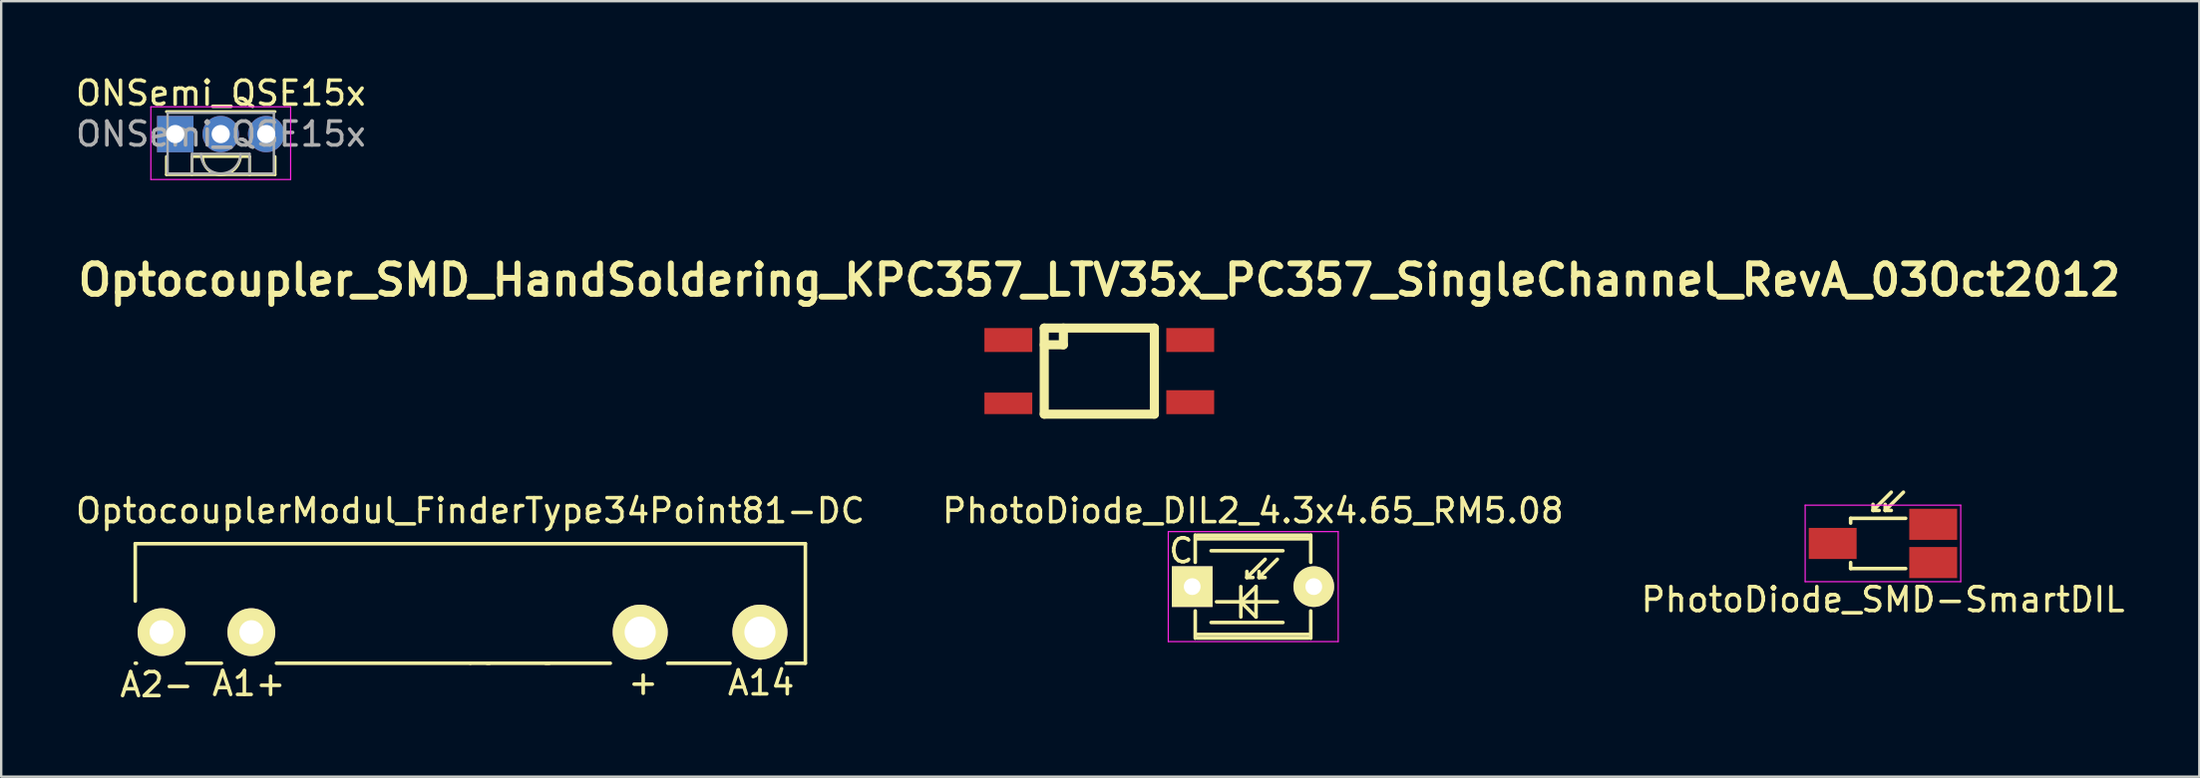
<source format=kicad_pcb>
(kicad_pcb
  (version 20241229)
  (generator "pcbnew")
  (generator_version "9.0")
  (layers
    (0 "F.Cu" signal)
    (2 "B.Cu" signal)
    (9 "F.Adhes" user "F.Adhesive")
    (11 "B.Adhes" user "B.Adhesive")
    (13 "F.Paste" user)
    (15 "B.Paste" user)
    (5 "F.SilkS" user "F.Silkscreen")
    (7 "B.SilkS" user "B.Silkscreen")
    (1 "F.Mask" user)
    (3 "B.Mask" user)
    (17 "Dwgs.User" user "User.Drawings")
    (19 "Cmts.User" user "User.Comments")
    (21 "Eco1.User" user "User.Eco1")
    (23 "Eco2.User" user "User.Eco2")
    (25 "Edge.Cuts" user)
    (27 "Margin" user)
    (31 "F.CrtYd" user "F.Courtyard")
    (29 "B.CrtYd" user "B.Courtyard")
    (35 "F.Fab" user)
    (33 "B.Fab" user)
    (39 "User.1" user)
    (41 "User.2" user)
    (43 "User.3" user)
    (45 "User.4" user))
  (footprint "PhotoDiode_SMD-SmartDIL"
    (layer "F.Cu")
    (at 75.625 19.682)
    (property "Reference" "PhotoDiode_SMD-SmartDIL" (at 0 2.35 0) (layer "F.SilkS") (effects (font (size 1 1) (thickness 0.15))))
    (attr through_hole)
    (fp_line (start -1.35 -1.05) (end -1.35 -0.85) (stroke (width 0.15) (type solid)) (layer "F.SilkS"))
    (fp_line (start -1.35 -1.05) (end 0.95 -1.05) (stroke (width 0.15) (type solid)) (layer "F.SilkS"))
    (fp_line (start -1.35 1.05) (end -1.35 0.8) (stroke (width 0.15) (type solid)) (layer "F.SilkS"))
    (fp_line (start -0.414 -1.381) (end -0.414 -1.635) (stroke (width 0.15) (type solid)) (layer "F.SilkS"))
    (fp_line (start -0.414 -1.381) (end -0.16 -1.381) (stroke (width 0.15) (type solid)) (layer "F.SilkS"))
    (fp_line (start 0.094 -1.381) (end 0.094 -1.635) (stroke (width 0.15) (type solid)) (layer "F.SilkS"))
    (fp_line (start 0.094 -1.381) (end 0.348 -1.381) (stroke (width 0.15) (type solid)) (layer "F.SilkS"))
    (fp_line (start 0.348 -2.143) (end -0.414 -1.381) (stroke (width 0.15) (type solid)) (layer "F.SilkS"))
    (fp_line (start 0.856 -2.143) (end 0.094 -1.381) (stroke (width 0.15) (type solid)) (layer "F.SilkS"))
    (fp_line (start 0.95 1.05) (end -1.35 1.05) (stroke (width 0.15) (type solid)) (layer "F.SilkS"))
    (fp_line (start -3.25 -1.6) (end 3.25 -1.6) (stroke (width 0.05) (type solid)) (layer "F.CrtYd"))
    (fp_line (start -3.25 1.6) (end -3.25 -1.6) (stroke (width 0.05) (type solid)) (layer "F.CrtYd"))
    (fp_line (start 3.25 -1.6) (end 3.25 1.6) (stroke (width 0.05) (type solid)) (layer "F.CrtYd"))
    (fp_line (start 3.25 1.6) (end -3.25 1.6) (stroke (width 0.05) (type solid)) (layer "F.CrtYd"))
    (pad "1" smd rect (at -2.1 0 180) (size 2 1.3) (layers "F.Cu" "F.Mask" "F.Paste"))
    (pad "2" smd rect (at 2.1 -0.8 180) (size 2 1.3) (layers "F.Cu" "F.Mask" "F.Paste"))
    (pad "3" smd rect (at 2.1 0.8 180) (size 2 1.3) (layers "F.Cu" "F.Mask" "F.Paste")))
  (footprint "OptocouplerModul_FinderType34Point81-DC"
    (layer "F.Cu")
    (at 16.601 23.393)
    (property "Reference" "OptocouplerModul_FinderType34Point81-DC" (at 0 -5.08 0) (layer "F.SilkS") (effects (font (size 1 1) (thickness 0.15))))
    (attr through_hole)
    (fp_line (start -14 -3.701) (end -14 -1.3) (stroke (width 0.15) (type solid)) (layer "F.SilkS"))
    (fp_line (start -14 1.3) (end -13.95 1.3) (stroke (width 0.15) (type solid)) (layer "F.SilkS"))
    (fp_line (start -11.849 1.3) (end -10.399 1.3) (stroke (width 0.15) (type solid)) (layer "F.SilkS"))
    (fp_line (start -8.1 1.3) (end 0 1.3) (stroke (width 0.15) (type solid)) (layer "F.SilkS"))
    (fp_line (start 0 1.3) (end 0.8 1.3) (stroke (width 0.15) (type solid)) (layer "F.SilkS"))
    (fp_line (start 3.15 1.3) (end 5.85 1.3) (stroke (width 0.15) (type solid)) (layer "F.SilkS"))
    (fp_line (start 3.299 1.3) (end 0.701 1.3) (stroke (width 0.15) (type solid)) (layer "F.SilkS"))
    (fp_line (start 8.25 1.3) (end 10.851 1.3) (stroke (width 0.15) (type solid)) (layer "F.SilkS"))
    (fp_line (start 13.2 1.3) (end 14 1.3) (stroke (width 0.15) (type solid)) (layer "F.SilkS"))
    (fp_line (start 14 -3.701) (end -14 -3.701) (stroke (width 0.15) (type solid)) (layer "F.SilkS"))
    (fp_line (start 14 1.3) (end 14 -3.701) (stroke (width 0.15) (type solid)) (layer "F.SilkS"))
    (fp_text user "A14" (at 12.149 2.123 0) (layer "F.SilkS") (effects (font (size 1 1) (thickness 0.15))))
    (fp_text user "A2-" (at -13.101 2.197 0) (layer "F.SilkS") (effects (font (size 1 1) (thickness 0.15))))
    (fp_text user "+" (at 7.224 2.101 0) (layer "F.SilkS") (effects (font (size 1 1) (thickness 0.15))))
    (fp_text user "A1+" (at -9.251 2.149 0) (layer "F.SilkS") (effects (font (size 1 1) (thickness 0.15))))
    (pad "11" thru_hole circle (at 7.099 0) (size 2.301 2.301) (drill 1.3) (layers "*.Cu" "*.Mask" "F.SilkS"))
    (pad "14" thru_hole circle (at 12.101 0) (size 2.301 2.301) (drill 1.3) (layers "*.Cu" "*.Mask" "F.SilkS"))
    (pad "A1" thru_hole circle (at -9.149 0) (size 1.999 1.999) (drill 1.001) (layers "*.Cu" "*.Mask" "F.SilkS"))
    (pad "A2" thru_hole circle (at -12.901 0) (size 1.999 1.999) (drill 1.001) (layers "*.Cu" "*.Mask" "F.SilkS")))
  (footprint "Optocoupler_SMD_HandSoldering_KPC357_LTV35x_PC357_SingleChannel_RevA_03Oct2012"
    (layer "F.Cu")
    (at 42.882 12.473)
    (property "Reference" "Optocoupler_SMD_HandSoldering_KPC357_LTV35x_PC357_SingleChannel_RevA_03Oct2012" (at 0 -3.81 0) (layer "F.SilkS") (effects (font (size 1.27 1.27) (thickness 0.249))))
    (attr through_hole)
    (fp_line (start -2.301 -1.801) (end -2.301 1.801) (stroke (width 0.381) (type solid)) (layer "F.SilkS"))
    (fp_line (start -2.301 1.801) (end 2.301 1.801) (stroke (width 0.381) (type solid)) (layer "F.SilkS"))
    (fp_line (start -1.501 -1.801) (end -1.501 -1.1) (stroke (width 0.381) (type solid)) (layer "F.SilkS"))
    (fp_line (start -1.501 -1.1) (end -2.301 -1.1) (stroke (width 0.381) (type solid)) (layer "F.SilkS"))
    (fp_line (start 2.301 -1.801) (end -2.301 -1.801) (stroke (width 0.381) (type solid)) (layer "F.SilkS"))
    (fp_line (start 2.301 1.801) (end 2.301 -1.801) (stroke (width 0.381) (type solid)) (layer "F.SilkS"))
    (pad "1" smd rect (at -3.8 -1.3) (size 1.999 1.001) (layers "F.Cu" "F.Mask" "F.Paste"))
    (pad "2" smd rect (at -3.8 1.349) (size 1.999 0.899) (layers "F.Cu" "F.Mask" "F.Paste"))
    (pad "3" smd rect (at 3.8 1.3) (size 1.999 1.001) (layers "F.Cu" "F.Mask" "F.Paste"))
    (pad "4" smd rect (at 3.8 -1.3) (size 1.999 1.001) (layers "F.Cu" "F.Mask" "F.Paste")))
  (footprint "ONSemi_QSE15x"
    (layer "F.Cu")
    (at 4.273 2.558)
    (property "Reference" "ONSemi_QSE15x" (at 1.9 -1.71 0) (layer "F.SilkS") (effects (font (size 1 1) (thickness 0.15))))
    (attr through_hole)
    (fp_line (start -0.37 -0.94) (end 4.17 -0.94) (stroke (width 0.12) (type solid)) (layer "F.SilkS"))
    (fp_line (start -0.37 0.94) (end -0.37 1.7) (stroke (width 0.12) (type solid)) (layer "F.SilkS"))
    (fp_line (start -0.37 1.7) (end 4.17 1.7) (stroke (width 0.12) (type solid)) (layer "F.SilkS"))
    (fp_line (start 0.695 0.94) (end 0.695 1.7) (stroke (width 0.12) (type solid)) (layer "F.SilkS"))
    (fp_line (start 0.695 0.94) (end 3.105 0.94) (stroke (width 0.12) (type solid)) (layer "F.SilkS"))
    (fp_line (start 3.105 0.94) (end 3.105 1.7) (stroke (width 0.12) (type solid)) (layer "F.SilkS"))
    (fp_line (start 4.17 1.7) (end 4.17 0.94) (stroke (width 0.12) (type solid)) (layer "F.SilkS"))
    (fp_arc (start 1.9 1.7) (mid 1.362599 1.477401) (end 1.14 0.94) (stroke (width 0.12) (type solid)) (layer "F.SilkS"))
    (fp_arc (start 2.725 0.94) (mid 2.437401 1.504325) (end 1.835 1.7) (stroke (width 0.12) (type solid)) (layer "F.SilkS"))
    (fp_line (start -1.02 -1.14) (end 4.82 -1.14) (stroke (width 0.05) (type solid)) (layer "F.CrtYd"))
    (fp_line (start -1.02 1.9) (end -1.02 -1.14) (stroke (width 0.05) (type solid)) (layer "F.CrtYd"))
    (fp_line (start 4.82 -1.14) (end 4.82 1.9) (stroke (width 0.05) (type solid)) (layer "F.CrtYd"))
    (fp_line (start 4.82 1.9) (end -1.02 1.9) (stroke (width 0.05) (type solid)) (layer "F.CrtYd"))
    (fp_line (start -0.32 -0.89) (end -0.32 1.65) (stroke (width 0.1) (type solid)) (layer "F.Fab"))
    (fp_line (start -0.32 -0.89) (end 4.12 -0.89) (stroke (width 0.1) (type solid)) (layer "F.Fab"))
    (fp_line (start -0.32 1.65) (end 4.12 1.65) (stroke (width 0.1) (type solid)) (layer "F.Fab"))
    (fp_line (start 0.695 0.825) (end 3.105 0.825) (stroke (width 0.1) (type solid)) (layer "F.Fab"))
    (fp_line (start 0.695 1.65) (end 0.695 0.825) (stroke (width 0.1) (type solid)) (layer "F.Fab"))
    (fp_line (start 3.105 1.65) (end 3.105 0.825) (stroke (width 0.1) (type solid)) (layer "F.Fab"))
    (fp_line (start 4.12 1.65) (end 4.12 -0.89) (stroke (width 0.1) (type solid)) (layer "F.Fab"))
    (fp_arc (start 1.9 1.65) (mid 1.316637 1.408363) (end 1.075 0.825) (stroke (width 0.1) (type solid)) (layer "F.Fab"))
    (fp_arc (start 2.725 0.825) (mid 2.483363 1.408363) (end 1.9 1.65) (stroke (width 0.1) (type solid)) (layer "F.Fab"))
    (fp_text user "${REFERENCE}" (at 1.905 0 0) (layer "F.Fab") (effects (font (size 1 1) (thickness 0.15))))
    (pad "1" thru_hole rect (at 0 0) (size 1.524 1.524) (drill 0.762) (layers "*.Cu" "*.Mask"))
    (pad "2" thru_hole circle (at 1.9 0) (size 1.524 1.524) (drill 0.762) (layers "*.Cu" "*.Mask"))
    (pad "3" thru_hole circle (at 3.8 0) (size 1.524 1.524) (drill 0.762) (layers "*.Cu" "*.Mask")))
  (footprint "PhotoDiode_DIL2_4.3x4.65_RM5.08"
    (layer "F.Cu")
    (at 46.764 21.488)
    (property "Reference" "PhotoDiode_DIL2_4.3x4.65_RM5.08" (at 2.54 -3.175 0) (layer "F.SilkS") (effects (font (size 1 1) (thickness 0.15))))
    (attr through_hole)
    (fp_line (start 0.127 -2.159) (end 0.127 -1.016) (stroke (width 0.15) (type solid)) (layer "F.SilkS"))
    (fp_line (start 0.127 2.159) (end 0.127 1.016) (stroke (width 0.15) (type solid)) (layer "F.SilkS"))
    (fp_line (start 0.215 -2.15) (end 4.865 -2.15) (stroke (width 0.15) (type solid)) (layer "F.SilkS"))
    (fp_line (start 0.215 -2) (end 4.865 -2) (stroke (width 0.15) (type solid)) (layer "F.SilkS"))
    (fp_line (start 0.215 2) (end 4.865 2) (stroke (width 0.15) (type solid)) (layer "F.SilkS"))
    (fp_line (start 0.79 1.5) (end 3.79 1.5) (stroke (width 0.15) (type solid)) (layer "F.SilkS"))
    (fp_line (start 1.016 0.635) (end 3.556 0.635) (stroke (width 0.15) (type solid)) (layer "F.SilkS"))
    (fp_line (start 2.032 0) (end 2.032 1.27) (stroke (width 0.15) (type solid)) (layer "F.SilkS"))
    (fp_line (start 2.032 0.635) (end 2.667 0) (stroke (width 0.15) (type solid)) (layer "F.SilkS"))
    (fp_line (start 2.286 -0.381) (end 2.286 -0.635) (stroke (width 0.15) (type solid)) (layer "F.SilkS"))
    (fp_line (start 2.286 -0.381) (end 2.54 -0.381) (stroke (width 0.15) (type solid)) (layer "F.SilkS"))
    (fp_line (start 2.667 0) (end 2.667 1.27) (stroke (width 0.15) (type solid)) (layer "F.SilkS"))
    (fp_line (start 2.667 1.27) (end 2.032 0.635) (stroke (width 0.15) (type solid)) (layer "F.SilkS"))
    (fp_line (start 2.794 -0.381) (end 2.794 -0.635) (stroke (width 0.15) (type solid)) (layer "F.SilkS"))
    (fp_line (start 2.794 -0.381) (end 3.048 -0.381) (stroke (width 0.15) (type solid)) (layer "F.SilkS"))
    (fp_line (start 3.048 -1.143) (end 2.286 -0.381) (stroke (width 0.15) (type solid)) (layer "F.SilkS"))
    (fp_line (start 3.556 -1.143) (end 2.794 -0.381) (stroke (width 0.15) (type solid)) (layer "F.SilkS"))
    (fp_line (start 3.79 -1.5) (end 0.79 -1.5) (stroke (width 0.15) (type solid)) (layer "F.SilkS"))
    (fp_line (start 4.865 2.15) (end 0.215 2.15) (stroke (width 0.15) (type solid)) (layer "F.SilkS"))
    (fp_line (start 4.953 -2.159) (end 4.953 -1.016) (stroke (width 0.15) (type solid)) (layer "F.SilkS"))
    (fp_line (start 4.953 2.159) (end 4.953 1.016) (stroke (width 0.15) (type solid)) (layer "F.SilkS"))
    (fp_line (start -1 -2.3) (end 6.1 -2.3) (stroke (width 0.05) (type solid)) (layer "F.CrtYd"))
    (fp_line (start -1 2.3) (end -1 -2.3) (stroke (width 0.05) (type solid)) (layer "F.CrtYd"))
    (fp_line (start 6.1 -2.3) (end 6.1 2.3) (stroke (width 0.05) (type solid)) (layer "F.CrtYd"))
    (fp_line (start 6.1 2.3) (end -1 2.3) (stroke (width 0.05) (type solid)) (layer "F.CrtYd"))
    (fp_text user "C" (at -0.46 -1.5 0) (layer "F.SilkS") (effects (font (size 1 1) (thickness 0.15))))
    (pad "1" thru_hole rect (at 0 0 180) (size 1.699 1.699) (drill 0.701) (layers "*.Cu" "*.Mask" "F.SilkS"))
    (pad "2" thru_hole circle (at 5.08 0 180) (size 1.699 1.699) (drill 0.701) (layers "*.Cu" "*.Mask" "F.SilkS")))
  (gr_rect
    (start -3 -3)
    (end 88.845 29.438)
    (stroke (width 0.1) (type default))
    (fill no)
    (layer "Edge.Cuts")))
</source>
